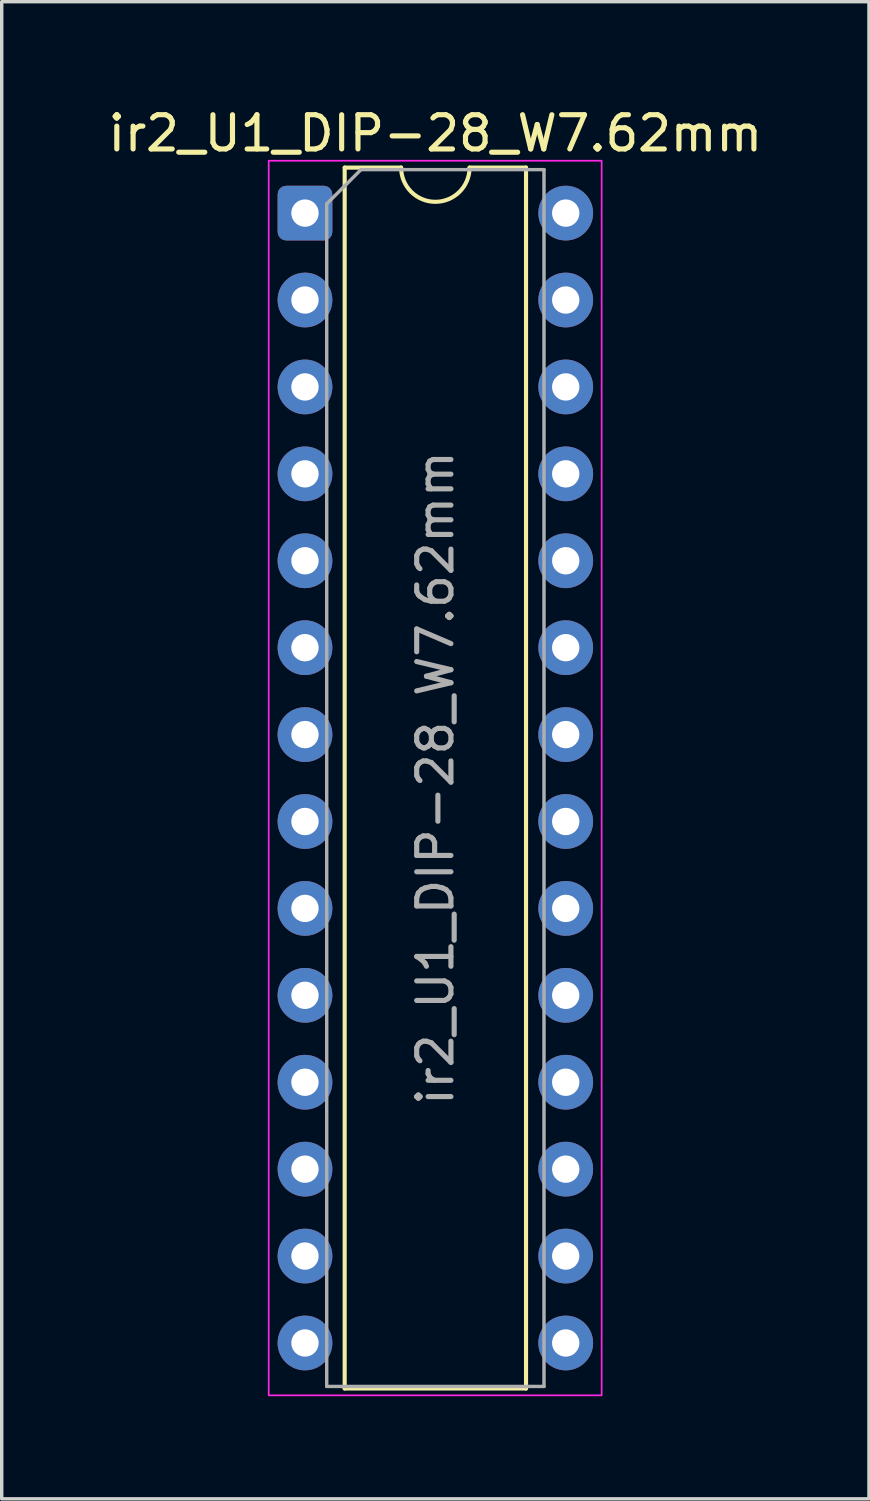
<source format=kicad_pcb>
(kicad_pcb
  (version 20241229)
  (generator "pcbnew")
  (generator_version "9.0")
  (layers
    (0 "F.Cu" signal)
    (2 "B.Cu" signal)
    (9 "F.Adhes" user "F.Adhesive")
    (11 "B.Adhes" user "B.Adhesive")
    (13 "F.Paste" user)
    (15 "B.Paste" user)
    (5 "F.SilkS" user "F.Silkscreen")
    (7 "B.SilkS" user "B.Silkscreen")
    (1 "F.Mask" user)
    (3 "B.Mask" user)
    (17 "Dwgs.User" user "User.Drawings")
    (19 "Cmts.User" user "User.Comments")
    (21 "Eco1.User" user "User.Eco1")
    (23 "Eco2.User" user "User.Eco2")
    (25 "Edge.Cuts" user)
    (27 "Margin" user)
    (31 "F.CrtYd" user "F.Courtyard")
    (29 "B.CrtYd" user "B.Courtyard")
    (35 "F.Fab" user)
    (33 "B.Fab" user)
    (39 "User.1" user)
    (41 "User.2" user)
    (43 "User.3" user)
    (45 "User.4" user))
  (footprint "ir2_U1_DIP-28_W7.62mm"
    (layer "F.Cu")
    (at 5.863 3.178)
    (property "Reference" "ir2_U1_DIP-28_W7.62mm" (at 3.81 -2.33 0) (layer "F.SilkS") (effects (font (size 1 1) (thickness 0.15))))
    (attr through_hole)
    (fp_line (start 1.16 -1.33) (end 1.16 34.35) (stroke (width 0.12) (type solid)) (layer "F.SilkS"))
    (fp_line (start 1.16 34.35) (end 6.46 34.35) (stroke (width 0.12) (type solid)) (layer "F.SilkS"))
    (fp_line (start 2.81 -1.33) (end 1.16 -1.33) (stroke (width 0.12) (type solid)) (layer "F.SilkS"))
    (fp_line (start 6.46 -1.33) (end 4.81 -1.33) (stroke (width 0.12) (type solid)) (layer "F.SilkS"))
    (fp_line (start 6.46 34.35) (end 6.46 -1.33) (stroke (width 0.12) (type solid)) (layer "F.SilkS"))
    (fp_arc (start 4.81 -1.33) (mid 3.81 -0.33) (end 2.81 -1.33) (stroke (width 0.12) (type solid)) (layer "F.SilkS"))
    (fp_rect (start -1.06 -1.53) (end 8.67 34.55) (stroke (width 0.05) (type solid)) (fill no) (layer "F.CrtYd"))
    (fp_line (start 0.635 -0.27) (end 1.635 -1.27) (stroke (width 0.1) (type solid)) (layer "F.Fab"))
    (fp_line (start 0.635 34.29) (end 0.635 -0.27) (stroke (width 0.1) (type solid)) (layer "F.Fab"))
    (fp_line (start 1.635 -1.27) (end 6.985 -1.27) (stroke (width 0.1) (type solid)) (layer "F.Fab"))
    (fp_line (start 6.985 -1.27) (end 6.985 34.29) (stroke (width 0.1) (type solid)) (layer "F.Fab"))
    (fp_line (start 6.985 34.29) (end 0.635 34.29) (stroke (width 0.1) (type solid)) (layer "F.Fab"))
    (fp_text user "${REFERENCE}" (at 3.81 16.51 90) (layer "F.Fab") (effects (font (size 1 1) (thickness 0.15))))
    (pad "1" thru_hole roundrect (at 0 0) (size 1.6 1.6) (drill 0.8) (layers "*.Cu" "*.Mask") (roundrect_rratio 0.156))
    (pad "2" thru_hole circle (at 0 2.54) (size 1.6 1.6) (drill 0.8) (layers "*.Cu" "*.Mask"))
    (pad "3" thru_hole circle (at 0 5.08) (size 1.6 1.6) (drill 0.8) (layers "*.Cu" "*.Mask"))
    (pad "4" thru_hole circle (at 0 7.62) (size 1.6 1.6) (drill 0.8) (layers "*.Cu" "*.Mask"))
    (pad "5" thru_hole circle (at 0 10.16) (size 1.6 1.6) (drill 0.8) (layers "*.Cu" "*.Mask"))
    (pad "6" thru_hole circle (at 0 12.7) (size 1.6 1.6) (drill 0.8) (layers "*.Cu" "*.Mask"))
    (pad "7" thru_hole circle (at 0 15.24) (size 1.6 1.6) (drill 0.8) (layers "*.Cu" "*.Mask"))
    (pad "8" thru_hole circle (at 0 17.78) (size 1.6 1.6) (drill 0.8) (layers "*.Cu" "*.Mask"))
    (pad "9" thru_hole circle (at 0 20.32) (size 1.6 1.6) (drill 0.8) (layers "*.Cu" "*.Mask"))
    (pad "10" thru_hole circle (at 0 22.86) (size 1.6 1.6) (drill 0.8) (layers "*.Cu" "*.Mask"))
    (pad "11" thru_hole circle (at 0 25.4) (size 1.6 1.6) (drill 0.8) (layers "*.Cu" "*.Mask"))
    (pad "12" thru_hole circle (at 0 27.94) (size 1.6 1.6) (drill 0.8) (layers "*.Cu" "*.Mask"))
    (pad "13" thru_hole circle (at 0 30.48) (size 1.6 1.6) (drill 0.8) (layers "*.Cu" "*.Mask"))
    (pad "14" thru_hole circle (at 0 33.02) (size 1.6 1.6) (drill 0.8) (layers "*.Cu" "*.Mask"))
    (pad "15" thru_hole circle (at 7.62 33.02) (size 1.6 1.6) (drill 0.8) (layers "*.Cu" "*.Mask"))
    (pad "16" thru_hole circle (at 7.62 30.48) (size 1.6 1.6) (drill 0.8) (layers "*.Cu" "*.Mask"))
    (pad "17" thru_hole circle (at 7.62 27.94) (size 1.6 1.6) (drill 0.8) (layers "*.Cu" "*.Mask"))
    (pad "18" thru_hole circle (at 7.62 25.4) (size 1.6 1.6) (drill 0.8) (layers "*.Cu" "*.Mask"))
    (pad "19" thru_hole circle (at 7.62 22.86) (size 1.6 1.6) (drill 0.8) (layers "*.Cu" "*.Mask"))
    (pad "20" thru_hole circle (at 7.62 20.32) (size 1.6 1.6) (drill 0.8) (layers "*.Cu" "*.Mask"))
    (pad "21" thru_hole circle (at 7.62 17.78) (size 1.6 1.6) (drill 0.8) (layers "*.Cu" "*.Mask"))
    (pad "22" thru_hole circle (at 7.62 15.24) (size 1.6 1.6) (drill 0.8) (layers "*.Cu" "*.Mask"))
    (pad "23" thru_hole circle (at 7.62 12.7) (size 1.6 1.6) (drill 0.8) (layers "*.Cu" "*.Mask"))
    (pad "24" thru_hole circle (at 7.62 10.16) (size 1.6 1.6) (drill 0.8) (layers "*.Cu" "*.Mask"))
    (pad "25" thru_hole circle (at 7.62 7.62) (size 1.6 1.6) (drill 0.8) (layers "*.Cu" "*.Mask"))
    (pad "26" thru_hole circle (at 7.62 5.08) (size 1.6 1.6) (drill 0.8) (layers "*.Cu" "*.Mask"))
    (pad "27" thru_hole circle (at 7.62 2.54) (size 1.6 1.6) (drill 0.8) (layers "*.Cu" "*.Mask"))
    (pad "28" thru_hole circle (at 7.62 0) (size 1.6 1.6) (drill 0.8) (layers "*.Cu" "*.Mask")))
  (gr_rect
    (start -3 -3)
    (end 22.345 40.753)
    (stroke (width 0.1) (type default))
    (fill no)
    (layer "Edge.Cuts")))
</source>
